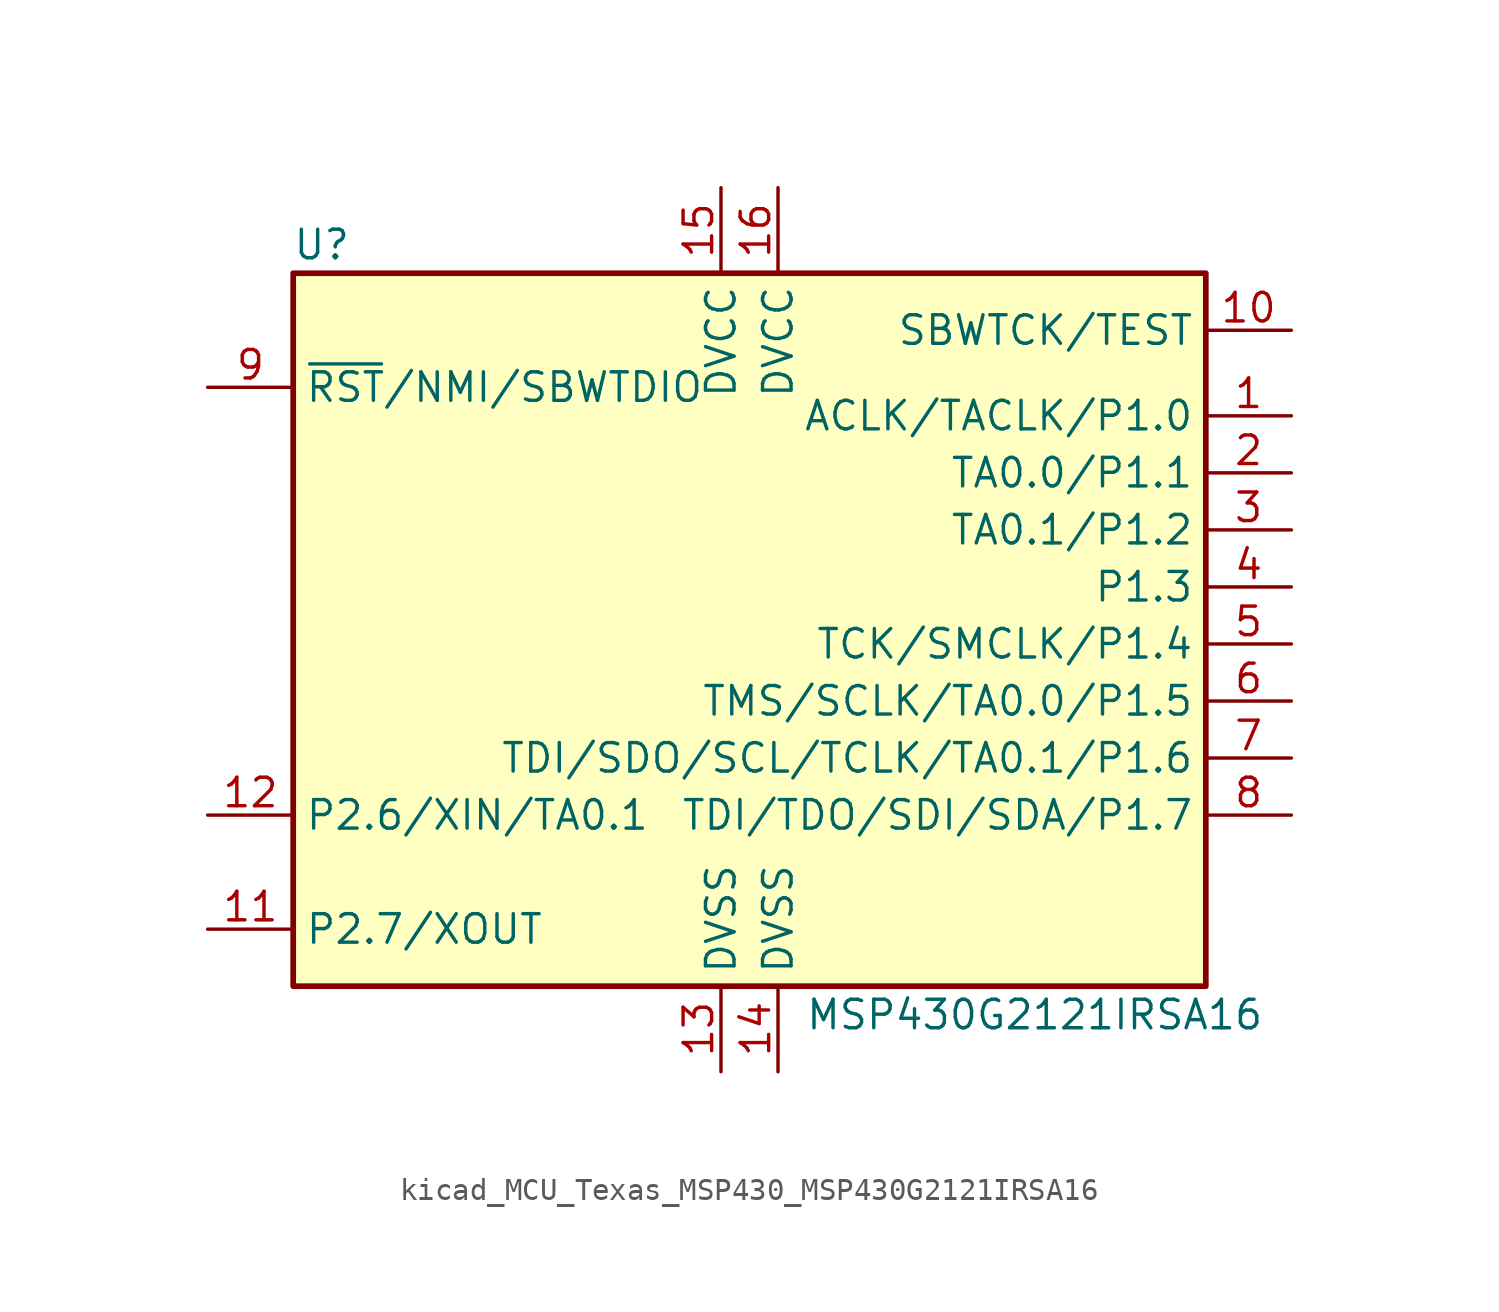
<source format=kicad_sym>
(kicad_symbol_lib
  (version 20220914)
  (generator kicad_symbol_editor)
  (symbol "kicad_MCU_Texas_MSP430_MSP430G2121IRSA16"
    (property "Reference" "U"
      (at -19.05 17.78 0)
      (effects (font (size 1.27 1.27))))
    (property "Value" "MSP430G2121IRSA16"
      (at 12.7 -16.51 0)
      (effects (font (size 1.27 1.27))))
    (symbol "kicad_MCU_Texas_MSP430_MSP430G2121IRSA16_0_1"
      (rectangle (start -20.32 16.51) (end 20.32 -15.24) (stroke (width 0.254) (type default)) (fill (type background))))
    (symbol "kicad_MCU_Texas_MSP430_MSP430G2121IRSA16_1_1"
      (pin bidirectional line (at 24.13 10.16 180) (length 3.81) (name "ACLK/TACLK/P1.0" (effects (font (size 1.27 1.27)))) (number "1" (effects (font (size 1.27 1.27)))))
      (pin input line (at 24.13 13.97 180) (length 3.81) (name "SBWTCK/TEST" (effects (font (size 1.27 1.27)))) (number "10" (effects (font (size 1.27 1.27)))))
      (pin bidirectional line (at -24.13 -12.7 0) (length 3.81) (name "P2.7/XOUT" (effects (font (size 1.27 1.27)))) (number "11" (effects (font (size 1.27 1.27)))))
      (pin bidirectional line (at -24.13 -7.62 0) (length 3.81) (name "P2.6/XIN/TA0.1" (effects (font (size 1.27 1.27)))) (number "12" (effects (font (size 1.27 1.27)))))
      (pin power_in line (at -1.27 -19.05 90) (length 3.81) (name "DVSS" (effects (font (size 1.27 1.27)))) (number "13" (effects (font (size 1.27 1.27)))))
      (pin power_in line (at 1.27 -19.05 90) (length 3.81) (name "DVSS" (effects (font (size 1.27 1.27)))) (number "14" (effects (font (size 1.27 1.27)))))
      (pin power_in line (at -1.27 20.32 270) (length 3.81) (name "DVCC" (effects (font (size 1.27 1.27)))) (number "15" (effects (font (size 1.27 1.27)))))
      (pin power_in line (at 1.27 20.32 270) (length 3.81) (name "DVCC" (effects (font (size 1.27 1.27)))) (number "16" (effects (font (size 1.27 1.27)))))
      (pin bidirectional line (at 24.13 7.62 180) (length 3.81) (name "TA0.0/P1.1" (effects (font (size 1.27 1.27)))) (number "2" (effects (font (size 1.27 1.27)))))
      (pin bidirectional line (at 24.13 5.08 180) (length 3.81) (name "TA0.1/P1.2" (effects (font (size 1.27 1.27)))) (number "3" (effects (font (size 1.27 1.27)))))
      (pin bidirectional line (at 24.13 2.54 180) (length 3.81) (name "P1.3" (effects (font (size 1.27 1.27)))) (number "4" (effects (font (size 1.27 1.27)))))
      (pin bidirectional line (at 24.13 0 180) (length 3.81) (name "TCK/SMCLK/P1.4" (effects (font (size 1.27 1.27)))) (number "5" (effects (font (size 1.27 1.27)))))
      (pin bidirectional line (at 24.13 -2.54 180) (length 3.81) (name "TMS/SCLK/TA0.0/P1.5" (effects (font (size 1.27 1.27)))) (number "6" (effects (font (size 1.27 1.27)))))
      (pin bidirectional line (at 24.13 -5.08 180) (length 3.81) (name "TDI/SDO/SCL/TCLK/TA0.1/P1.6" (effects (font (size 1.27 1.27)))) (number "7" (effects (font (size 1.27 1.27)))))
      (pin bidirectional line (at 24.13 -7.62 180) (length 3.81) (name "TDI/TDO/SDI/SDA/P1.7" (effects (font (size 1.27 1.27)))) (number "8" (effects (font (size 1.27 1.27)))))
      (pin input line (at -24.13 11.43 0) (length 3.81) (name "~{RST}/NMI/SBWTDIO" (effects (font (size 1.27 1.27)))) (number "9" (effects (font (size 1.27 1.27))))))))
</source>
